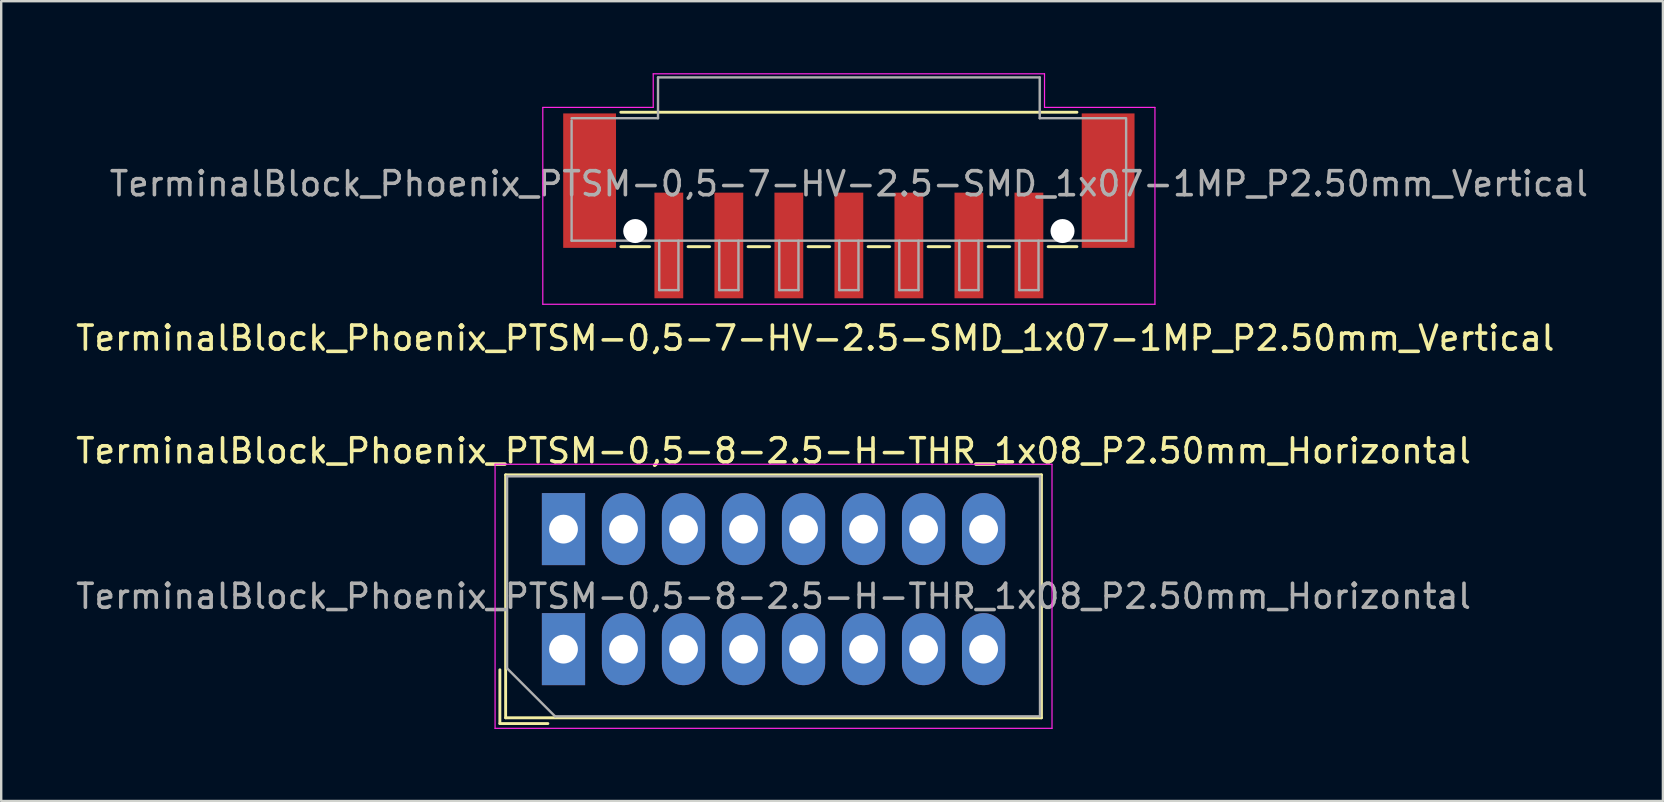
<source format=kicad_pcb>
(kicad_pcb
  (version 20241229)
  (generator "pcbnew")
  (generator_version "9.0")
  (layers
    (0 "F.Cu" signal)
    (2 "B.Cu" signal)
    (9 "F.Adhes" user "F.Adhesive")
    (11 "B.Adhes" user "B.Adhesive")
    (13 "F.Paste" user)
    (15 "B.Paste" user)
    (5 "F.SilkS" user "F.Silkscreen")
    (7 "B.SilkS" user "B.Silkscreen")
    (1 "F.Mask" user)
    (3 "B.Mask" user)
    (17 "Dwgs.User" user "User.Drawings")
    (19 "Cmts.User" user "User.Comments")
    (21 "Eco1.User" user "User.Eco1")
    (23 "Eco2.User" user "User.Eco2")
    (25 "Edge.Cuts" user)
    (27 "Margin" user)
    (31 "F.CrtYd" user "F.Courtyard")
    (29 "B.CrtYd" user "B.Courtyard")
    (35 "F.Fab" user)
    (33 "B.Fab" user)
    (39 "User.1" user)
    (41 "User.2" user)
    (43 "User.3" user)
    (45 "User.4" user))
  (footprint "TerminalBlock_Phoenix_PTSM-0,5-7-HV-2.5-SMD_1x07-1MP_P2.50mm_Vertical"
    (layer "F.Cu")
    (at 32.311 5.525)
    (property "Reference" "TerminalBlock_Phoenix_PTSM-0,5-7-HV-2.5-SMD_1x07-1MP_P2.50mm_Vertical" (at -1.4 5.51 0) (layer "F.SilkS") (effects (font (size 1 1) (thickness 0.15))))
    (attr smd)
    (fp_line (start -9.5 -3.9) (end 9.5 -3.9) (stroke (width 0.12) (type solid)) (layer "F.SilkS"))
    (fp_line (start -8.3 1.7) (end -9.5 1.7) (stroke (width 0.12) (type solid)) (layer "F.SilkS"))
    (fp_line (start -5.8 1.7) (end -6.7 1.7) (stroke (width 0.12) (type solid)) (layer "F.SilkS"))
    (fp_line (start -3.3 1.7) (end -4.2 1.7) (stroke (width 0.12) (type solid)) (layer "F.SilkS"))
    (fp_line (start -0.8 1.7) (end -1.7 1.7) (stroke (width 0.12) (type solid)) (layer "F.SilkS"))
    (fp_line (start 1.7 1.7) (end 0.8 1.7) (stroke (width 0.12) (type solid)) (layer "F.SilkS"))
    (fp_line (start 4.2 1.7) (end 3.3 1.7) (stroke (width 0.12) (type solid)) (layer "F.SilkS"))
    (fp_line (start 6.7 1.7) (end 5.8 1.7) (stroke (width 0.12) (type solid)) (layer "F.SilkS"))
    (fp_line (start 9.5 1.7) (end 8.3 1.7) (stroke (width 0.12) (type solid)) (layer "F.SilkS"))
    (fp_line (start -12.75 -4.1) (end -8.15 -4.1) (stroke (width 0.05) (type solid)) (layer "F.CrtYd"))
    (fp_line (start -12.75 4.1) (end -12.75 -4.1) (stroke (width 0.05) (type solid)) (layer "F.CrtYd"))
    (fp_line (start -8.15 -5.5) (end 8.15 -5.5) (stroke (width 0.05) (type solid)) (layer "F.CrtYd"))
    (fp_line (start -8.15 -4.1) (end -8.15 -5.5) (stroke (width 0.05) (type solid)) (layer "F.CrtYd"))
    (fp_line (start 8.15 -4.1) (end 8.15 -5.5) (stroke (width 0.05) (type solid)) (layer "F.CrtYd"))
    (fp_line (start 12.75 -4.1) (end 8.15 -4.1) (stroke (width 0.05) (type solid)) (layer "F.CrtYd"))
    (fp_line (start 12.75 -4.1) (end 12.75 4.1) (stroke (width 0.05) (type solid)) (layer "F.CrtYd"))
    (fp_line (start 12.75 4.1) (end -12.75 4.1) (stroke (width 0.05) (type solid)) (layer "F.CrtYd"))
    (fp_line (start -11.55 -3.65) (end -7.95 -3.65) (stroke (width 0.1) (type solid)) (layer "F.Fab"))
    (fp_line (start -11.55 1.45) (end -11.55 -3.55) (stroke (width 0.1) (type solid)) (layer "F.Fab"))
    (fp_line (start -7.95 -5.35) (end 7.95 -5.35) (stroke (width 0.1) (type solid)) (layer "F.Fab"))
    (fp_line (start -7.95 -3.65) (end -7.95 -5.35) (stroke (width 0.1) (type solid)) (layer "F.Fab"))
    (fp_line (start -7.9 1.45) (end -7.9 3.51) (stroke (width 0.1) (type solid)) (layer "F.Fab"))
    (fp_line (start -7.9 3.51) (end -7.1 3.51) (stroke (width 0.1) (type solid)) (layer "F.Fab"))
    (fp_line (start -7.1 1.45) (end -7.1 3.51) (stroke (width 0.1) (type solid)) (layer "F.Fab"))
    (fp_line (start -5.4 1.45) (end -5.4 3.51) (stroke (width 0.1) (type solid)) (layer "F.Fab"))
    (fp_line (start -5.4 3.51) (end -4.6 3.51) (stroke (width 0.1) (type solid)) (layer "F.Fab"))
    (fp_line (start -4.6 1.45) (end -4.6 3.51) (stroke (width 0.1) (type solid)) (layer "F.Fab"))
    (fp_line (start -2.9 1.45) (end -2.9 3.51) (stroke (width 0.1) (type solid)) (layer "F.Fab"))
    (fp_line (start -2.9 3.51) (end -2.1 3.51) (stroke (width 0.1) (type solid)) (layer "F.Fab"))
    (fp_line (start -2.1 1.45) (end -2.1 3.51) (stroke (width 0.1) (type solid)) (layer "F.Fab"))
    (fp_line (start -0.4 1.45) (end -0.4 3.51) (stroke (width 0.1) (type solid)) (layer "F.Fab"))
    (fp_line (start -0.4 3.51) (end 0.4 3.51) (stroke (width 0.1) (type solid)) (layer "F.Fab"))
    (fp_line (start 0.4 1.45) (end 0.4 3.51) (stroke (width 0.1) (type solid)) (layer "F.Fab"))
    (fp_line (start 2.1 1.45) (end 2.1 3.51) (stroke (width 0.1) (type solid)) (layer "F.Fab"))
    (fp_line (start 2.1 3.51) (end 2.9 3.51) (stroke (width 0.1) (type solid)) (layer "F.Fab"))
    (fp_line (start 2.9 1.45) (end 2.9 3.51) (stroke (width 0.1) (type solid)) (layer "F.Fab"))
    (fp_line (start 4.6 1.45) (end 4.6 3.51) (stroke (width 0.1) (type solid)) (layer "F.Fab"))
    (fp_line (start 4.6 3.51) (end 5.4 3.51) (stroke (width 0.1) (type solid)) (layer "F.Fab"))
    (fp_line (start 5.4 1.45) (end 5.4 3.51) (stroke (width 0.1) (type solid)) (layer "F.Fab"))
    (fp_line (start 7.1 1.45) (end 7.1 3.51) (stroke (width 0.1) (type solid)) (layer "F.Fab"))
    (fp_line (start 7.1 3.51) (end 7.9 3.51) (stroke (width 0.1) (type solid)) (layer "F.Fab"))
    (fp_line (start 7.9 1.45) (end 7.9 3.51) (stroke (width 0.1) (type solid)) (layer "F.Fab"))
    (fp_line (start 7.95 -5.35) (end 7.95 -3.65) (stroke (width 0.1) (type solid)) (layer "F.Fab"))
    (fp_line (start 7.95 -3.65) (end 11.55 -3.65) (stroke (width 0.1) (type solid)) (layer "F.Fab"))
    (fp_line (start 11.55 1.45) (end -11.55 1.45) (stroke (width 0.1) (type solid)) (layer "F.Fab"))
    (fp_line (start 11.55 1.45) (end 11.55 -3.6) (stroke (width 0.1) (type solid)) (layer "F.Fab"))
    (fp_text user "${REFERENCE}" (at 0 -0.92 0) (layer "F.Fab") (effects (font (size 1 1) (thickness 0.15))))
    (pad "" np_thru_hole circle (at -8.9 1.05) (size 1 1) (drill 1) (layers "*.Cu" "*.Mask"))
    (pad "" np_thru_hole circle (at 8.9 1.05) (size 1 1) (drill 1) (layers "*.Cu" "*.Mask"))
    (pad "1" smd rect (at -7.5 1.65 180) (size 1.2 4.4) (layers "F.Cu" "F.Mask" "F.Paste"))
    (pad "2" smd rect (at -5 1.65 180) (size 1.2 4.4) (layers "F.Cu" "F.Mask" "F.Paste"))
    (pad "3" smd rect (at -2.5 1.65 180) (size 1.2 4.4) (layers "F.Cu" "F.Mask" "F.Paste"))
    (pad "4" smd rect (at 0 1.65 180) (size 1.2 4.4) (layers "F.Cu" "F.Mask" "F.Paste"))
    (pad "5" smd rect (at 2.5 1.65 180) (size 1.2 4.4) (layers "F.Cu" "F.Mask" "F.Paste"))
    (pad "6" smd rect (at 5 1.65 180) (size 1.2 4.4) (layers "F.Cu" "F.Mask" "F.Paste"))
    (pad "7" smd rect (at 7.5 1.65 180) (size 1.2 4.4) (layers "F.Cu" "F.Mask" "F.Paste"))
    (pad "MP" smd rect (at -10.8 -1.05 180) (size 2.2 5.6) (layers "F.Cu" "F.Mask" "F.Paste"))
    (pad "MP" smd rect (at 10.8 -1.05 180) (size 2.2 5.6) (layers "F.Cu" "F.Mask" "F.Paste")))
  (footprint "TerminalBlock_Phoenix_PTSM-0,5-8-2.5-H-THR_1x08_P2.50mm_Horizontal"
    (layer "F.Cu")
    (at 20.423 23.991)
    (property "Reference" "TerminalBlock_Phoenix_PTSM-0,5-8-2.5-H-THR_1x08_P2.50mm_Horizontal" (at 8.75 -8.26 0) (layer "F.SilkS") (effects (font (size 1 1) (thickness 0.15))))
    (attr through_hole)
    (fp_line (start -2.65 0.86) (end -2.65 3.1) (stroke (width 0.12) (type solid)) (layer "F.SilkS"))
    (fp_line (start -2.65 3.1) (end -0.65 3.1) (stroke (width 0.12) (type solid)) (layer "F.SilkS"))
    (fp_line (start -2.41 -7.26) (end -2.41 2.86) (stroke (width 0.12) (type solid)) (layer "F.SilkS"))
    (fp_line (start -2.41 -7.26) (end 19.91 -7.26) (stroke (width 0.12) (type solid)) (layer "F.SilkS"))
    (fp_line (start -2.41 2.86) (end 19.91 2.86) (stroke (width 0.12) (type solid)) (layer "F.SilkS"))
    (fp_line (start 19.91 -7.26) (end 19.91 2.86) (stroke (width 0.12) (type solid)) (layer "F.SilkS"))
    (fp_line (start -2.85 -7.7) (end -2.85 3.3) (stroke (width 0.05) (type solid)) (layer "F.CrtYd"))
    (fp_line (start -2.85 3.3) (end 20.35 3.3) (stroke (width 0.05) (type solid)) (layer "F.CrtYd"))
    (fp_line (start 20.35 -7.7) (end -2.85 -7.7) (stroke (width 0.05) (type solid)) (layer "F.CrtYd"))
    (fp_line (start 20.35 3.3) (end 20.35 -7.7) (stroke (width 0.05) (type solid)) (layer "F.CrtYd"))
    (fp_line (start -2.35 -7.2) (end 19.85 -7.2) (stroke (width 0.1) (type solid)) (layer "F.Fab"))
    (fp_line (start -2.35 0.8) (end -2.35 -7.2) (stroke (width 0.1) (type solid)) (layer "F.Fab"))
    (fp_line (start -0.35 2.8) (end -2.35 0.8) (stroke (width 0.1) (type solid)) (layer "F.Fab"))
    (fp_line (start 19.85 -7.2) (end 19.85 2.8) (stroke (width 0.1) (type solid)) (layer "F.Fab"))
    (fp_line (start 19.85 2.8) (end -0.35 2.8) (stroke (width 0.1) (type solid)) (layer "F.Fab"))
    (fp_text user "${REFERENCE}" (at 8.75 -2.2 0) (layer "F.Fab") (effects (font (size 1 1) (thickness 0.15))))
    (pad "1" thru_hole rect (at 0 -5) (size 1.8 3) (drill 1.2) (layers "*.Cu" "*.Mask"))
    (pad "1" thru_hole rect (at 0 0) (size 1.8 3) (drill 1.2) (layers "*.Cu" "*.Mask"))
    (pad "2" thru_hole oval (at 2.5 -5) (size 1.8 3) (drill 1.2) (layers "*.Cu" "*.Mask"))
    (pad "2" thru_hole oval (at 2.5 0) (size 1.8 3) (drill 1.2) (layers "*.Cu" "*.Mask"))
    (pad "3" thru_hole oval (at 5 -5) (size 1.8 3) (drill 1.2) (layers "*.Cu" "*.Mask"))
    (pad "3" thru_hole oval (at 5 0) (size 1.8 3) (drill 1.2) (layers "*.Cu" "*.Mask"))
    (pad "4" thru_hole oval (at 7.5 -5) (size 1.8 3) (drill 1.2) (layers "*.Cu" "*.Mask"))
    (pad "4" thru_hole oval (at 7.5 0) (size 1.8 3) (drill 1.2) (layers "*.Cu" "*.Mask"))
    (pad "5" thru_hole oval (at 10 -5) (size 1.8 3) (drill 1.2) (layers "*.Cu" "*.Mask"))
    (pad "5" thru_hole oval (at 10 0) (size 1.8 3) (drill 1.2) (layers "*.Cu" "*.Mask"))
    (pad "6" thru_hole oval (at 12.5 -5) (size 1.8 3) (drill 1.2) (layers "*.Cu" "*.Mask"))
    (pad "6" thru_hole oval (at 12.5 0) (size 1.8 3) (drill 1.2) (layers "*.Cu" "*.Mask"))
    (pad "7" thru_hole oval (at 15 -5) (size 1.8 3) (drill 1.2) (layers "*.Cu" "*.Mask"))
    (pad "7" thru_hole oval (at 15 0) (size 1.8 3) (drill 1.2) (layers "*.Cu" "*.Mask"))
    (pad "8" thru_hole oval (at 17.5 -5) (size 1.8 3) (drill 1.2) (layers "*.Cu" "*.Mask"))
    (pad "8" thru_hole oval (at 17.5 0) (size 1.8 3) (drill 1.2) (layers "*.Cu" "*.Mask")))
  (gr_rect
    (start -3 -3)
    (end 66.221 30.317)
    (stroke (width 0.1) (type default))
    (fill no)
    (layer "Edge.Cuts")))
</source>
